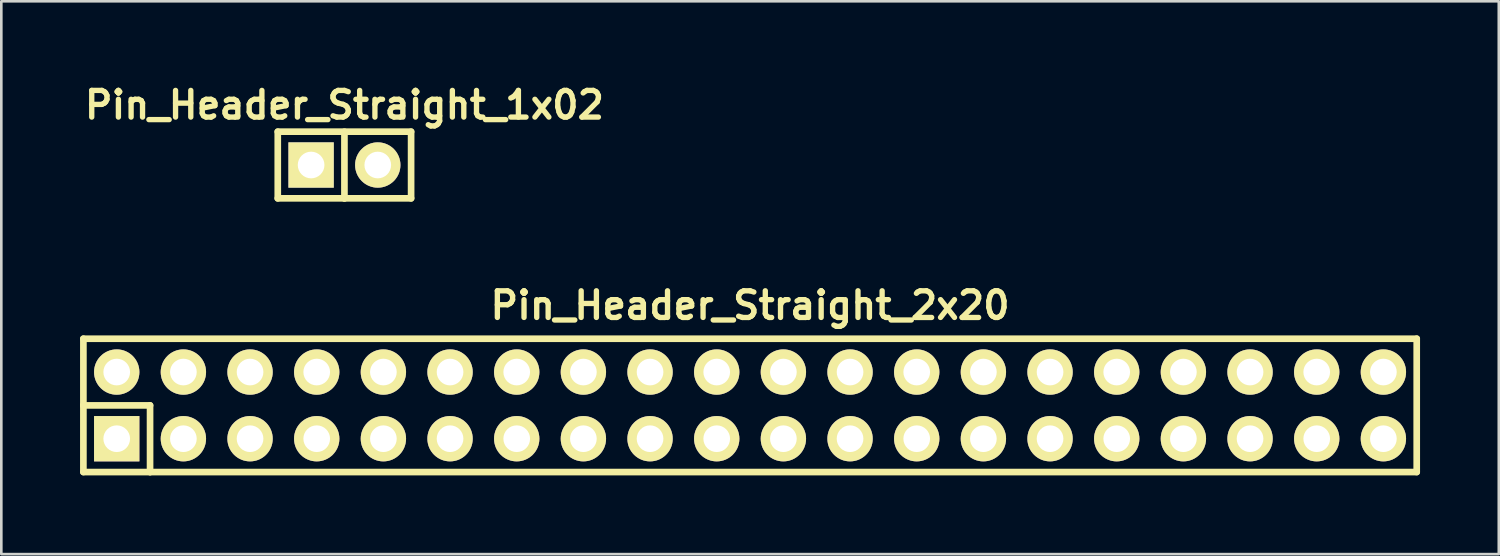
<source format=kicad_pcb>
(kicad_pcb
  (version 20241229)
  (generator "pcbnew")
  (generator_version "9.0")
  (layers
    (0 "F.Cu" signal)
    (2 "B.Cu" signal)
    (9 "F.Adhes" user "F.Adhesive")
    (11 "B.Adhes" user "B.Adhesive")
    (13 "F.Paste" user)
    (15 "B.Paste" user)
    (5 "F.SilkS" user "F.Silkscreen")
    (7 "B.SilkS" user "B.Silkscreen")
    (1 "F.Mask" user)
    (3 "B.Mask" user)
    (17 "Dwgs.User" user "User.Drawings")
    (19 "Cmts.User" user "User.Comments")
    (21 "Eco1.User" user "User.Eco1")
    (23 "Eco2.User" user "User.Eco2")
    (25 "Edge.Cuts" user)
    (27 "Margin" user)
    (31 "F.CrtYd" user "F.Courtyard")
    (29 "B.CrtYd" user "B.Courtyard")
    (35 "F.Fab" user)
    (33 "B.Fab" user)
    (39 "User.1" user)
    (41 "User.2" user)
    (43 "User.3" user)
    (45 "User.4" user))
  (footprint "Pin_Header_Straight_1x02"
    (layer "F.Cu")
    (at 10.073 3.237)
    (property "Reference" "Pin_Header_Straight_1x02" (at 0 -2.286 0) (layer "F.SilkS") (effects (font (size 1.016 1.016) (thickness 0.203))))
    (attr through_hole)
    (fp_line (start -2.54 -1.27) (end -2.54 1.27) (stroke (width 0.254) (type solid)) (layer "F.SilkS"))
    (fp_line (start -2.54 1.27) (end 0 1.27) (stroke (width 0.254) (type solid)) (layer "F.SilkS"))
    (fp_line (start 0 -1.27) (end 0 1.27) (stroke (width 0.254) (type solid)) (layer "F.SilkS"))
    (fp_line (start 0 1.27) (end 2.54 1.27) (stroke (width 0.254) (type solid)) (layer "F.SilkS"))
    (fp_line (start 2.54 -1.27) (end -2.54 -1.27) (stroke (width 0.254) (type solid)) (layer "F.SilkS"))
    (fp_line (start 2.54 1.27) (end 2.54 -1.27) (stroke (width 0.254) (type solid)) (layer "F.SilkS"))
    (pad "1" thru_hole rect (at -1.27 0) (size 1.727 1.727) (drill 1.016) (layers "*.Cu" "*.Mask" "F.SilkS"))
    (pad "2" thru_hole circle (at 1.27 0) (size 1.727 1.727) (drill 1.016) (layers "*.Cu" "*.Mask" "F.SilkS")))
  (footprint "Pin_Header_Straight_2x20"
    (layer "F.Cu")
    (at 25.527 12.395)
    (property "Reference" "Pin_Header_Straight_2x20" (at 0 -3.81 0) (layer "F.SilkS") (effects (font (size 1.016 1.016) (thickness 0.203))))
    (attr through_hole)
    (fp_line (start -25.4 -2.54) (end -25.4 0) (stroke (width 0.254) (type solid)) (layer "F.SilkS"))
    (fp_line (start -25.4 0) (end -22.86 0) (stroke (width 0.254) (type solid)) (layer "F.SilkS"))
    (fp_line (start -25.4 2.54) (end -25.4 0) (stroke (width 0.254) (type solid)) (layer "F.SilkS"))
    (fp_line (start -25.4 2.54) (end -22.86 2.54) (stroke (width 0.254) (type solid)) (layer "F.SilkS"))
    (fp_line (start -22.86 0) (end -22.86 2.54) (stroke (width 0.254) (type solid)) (layer "F.SilkS"))
    (fp_line (start -22.86 2.54) (end 25.4 2.54) (stroke (width 0.254) (type solid)) (layer "F.SilkS"))
    (fp_line (start 25.4 -2.54) (end -25.4 -2.54) (stroke (width 0.254) (type solid)) (layer "F.SilkS"))
    (fp_line (start 25.4 -2.54) (end 25.4 2.54) (stroke (width 0.254) (type solid)) (layer "F.SilkS"))
    (pad "1" thru_hole rect (at -24.13 1.27) (size 1.727 1.727) (drill 1.016) (layers "*.Cu" "*.Mask" "F.SilkS"))
    (pad "2" thru_hole oval (at -24.13 -1.27) (size 1.727 1.727) (drill 1.016) (layers "*.Cu" "*.Mask" "F.SilkS"))
    (pad "3" thru_hole oval (at -21.59 1.27) (size 1.727 1.727) (drill 1.016) (layers "*.Cu" "*.Mask" "F.SilkS"))
    (pad "4" thru_hole oval (at -21.59 -1.27) (size 1.727 1.727) (drill 1.016) (layers "*.Cu" "*.Mask" "F.SilkS"))
    (pad "5" thru_hole oval (at -19.05 1.27) (size 1.727 1.727) (drill 1.016) (layers "*.Cu" "*.Mask" "F.SilkS"))
    (pad "6" thru_hole oval (at -19.05 -1.27) (size 1.727 1.727) (drill 1.016) (layers "*.Cu" "*.Mask" "F.SilkS"))
    (pad "7" thru_hole oval (at -16.51 1.27) (size 1.727 1.727) (drill 1.016) (layers "*.Cu" "*.Mask" "F.SilkS"))
    (pad "8" thru_hole oval (at -16.51 -1.27) (size 1.727 1.727) (drill 1.016) (layers "*.Cu" "*.Mask" "F.SilkS"))
    (pad "9" thru_hole oval (at -13.97 1.27) (size 1.727 1.727) (drill 1.016) (layers "*.Cu" "*.Mask" "F.SilkS"))
    (pad "10" thru_hole oval (at -13.97 -1.27) (size 1.727 1.727) (drill 1.016) (layers "*.Cu" "*.Mask" "F.SilkS"))
    (pad "11" thru_hole oval (at -11.43 1.27) (size 1.727 1.727) (drill 1.016) (layers "*.Cu" "*.Mask" "F.SilkS"))
    (pad "12" thru_hole oval (at -11.43 -1.27) (size 1.727 1.727) (drill 1.016) (layers "*.Cu" "*.Mask" "F.SilkS"))
    (pad "13" thru_hole oval (at -8.89 1.27) (size 1.727 1.727) (drill 1.016) (layers "*.Cu" "*.Mask" "F.SilkS"))
    (pad "14" thru_hole oval (at -8.89 -1.27) (size 1.727 1.727) (drill 1.016) (layers "*.Cu" "*.Mask" "F.SilkS"))
    (pad "15" thru_hole oval (at -6.35 1.27) (size 1.727 1.727) (drill 1.016) (layers "*.Cu" "*.Mask" "F.SilkS"))
    (pad "16" thru_hole oval (at -6.35 -1.27) (size 1.727 1.727) (drill 1.016) (layers "*.Cu" "*.Mask" "F.SilkS"))
    (pad "17" thru_hole oval (at -3.81 1.27) (size 1.727 1.727) (drill 1.016) (layers "*.Cu" "*.Mask" "F.SilkS"))
    (pad "18" thru_hole oval (at -3.81 -1.27) (size 1.727 1.727) (drill 1.016) (layers "*.Cu" "*.Mask" "F.SilkS"))
    (pad "19" thru_hole oval (at -1.27 1.27) (size 1.727 1.727) (drill 1.016) (layers "*.Cu" "*.Mask" "F.SilkS"))
    (pad "20" thru_hole oval (at -1.27 -1.27) (size 1.727 1.727) (drill 1.016) (layers "*.Cu" "*.Mask" "F.SilkS"))
    (pad "21" thru_hole oval (at 1.27 1.27) (size 1.727 1.727) (drill 1.016) (layers "*.Cu" "*.Mask" "F.SilkS"))
    (pad "22" thru_hole oval (at 1.27 -1.27) (size 1.727 1.727) (drill 1.016) (layers "*.Cu" "*.Mask" "F.SilkS"))
    (pad "23" thru_hole oval (at 3.81 1.27) (size 1.727 1.727) (drill 1.016) (layers "*.Cu" "*.Mask" "F.SilkS"))
    (pad "24" thru_hole oval (at 3.81 -1.27) (size 1.727 1.727) (drill 1.016) (layers "*.Cu" "*.Mask" "F.SilkS"))
    (pad "25" thru_hole oval (at 6.35 1.27) (size 1.727 1.727) (drill 1.016) (layers "*.Cu" "*.Mask" "F.SilkS"))
    (pad "26" thru_hole oval (at 6.35 -1.27) (size 1.727 1.727) (drill 1.016) (layers "*.Cu" "*.Mask" "F.SilkS"))
    (pad "27" thru_hole oval (at 8.89 1.27) (size 1.727 1.727) (drill 1.016) (layers "*.Cu" "*.Mask" "F.SilkS"))
    (pad "28" thru_hole oval (at 8.89 -1.27) (size 1.727 1.727) (drill 1.016) (layers "*.Cu" "*.Mask" "F.SilkS"))
    (pad "29" thru_hole oval (at 11.43 1.27) (size 1.727 1.727) (drill 1.016) (layers "*.Cu" "*.Mask" "F.SilkS"))
    (pad "30" thru_hole oval (at 11.43 -1.27) (size 1.727 1.727) (drill 1.016) (layers "*.Cu" "*.Mask" "F.SilkS"))
    (pad "31" thru_hole oval (at 13.97 1.27) (size 1.727 1.727) (drill 1.016) (layers "*.Cu" "*.Mask" "F.SilkS"))
    (pad "32" thru_hole oval (at 13.97 -1.27) (size 1.727 1.727) (drill 1.016) (layers "*.Cu" "*.Mask" "F.SilkS"))
    (pad "33" thru_hole oval (at 16.51 1.27) (size 1.727 1.727) (drill 1.016) (layers "*.Cu" "*.Mask" "F.SilkS"))
    (pad "34" thru_hole oval (at 16.51 -1.27) (size 1.727 1.727) (drill 1.016) (layers "*.Cu" "*.Mask" "F.SilkS"))
    (pad "35" thru_hole oval (at 19.05 1.27) (size 1.727 1.727) (drill 1.016) (layers "*.Cu" "*.Mask" "F.SilkS"))
    (pad "36" thru_hole oval (at 19.05 -1.27) (size 1.727 1.727) (drill 1.016) (layers "*.Cu" "*.Mask" "F.SilkS"))
    (pad "37" thru_hole oval (at 21.59 1.27) (size 1.727 1.727) (drill 1.016) (layers "*.Cu" "*.Mask" "F.SilkS"))
    (pad "38" thru_hole oval (at 21.59 -1.27) (size 1.727 1.727) (drill 1.016) (layers "*.Cu" "*.Mask" "F.SilkS"))
    (pad "39" thru_hole oval (at 24.13 1.27) (size 1.727 1.727) (drill 1.016) (layers "*.Cu" "*.Mask" "F.SilkS"))
    (pad "40" thru_hole oval (at 24.13 -1.27) (size 1.727 1.727) (drill 1.016) (layers "*.Cu" "*.Mask" "F.SilkS")))
  (gr_rect
    (start -3 -3)
    (end 54.054 18.062)
    (stroke (width 0.1) (type default))
    (fill no)
    (layer "Edge.Cuts")))
</source>
